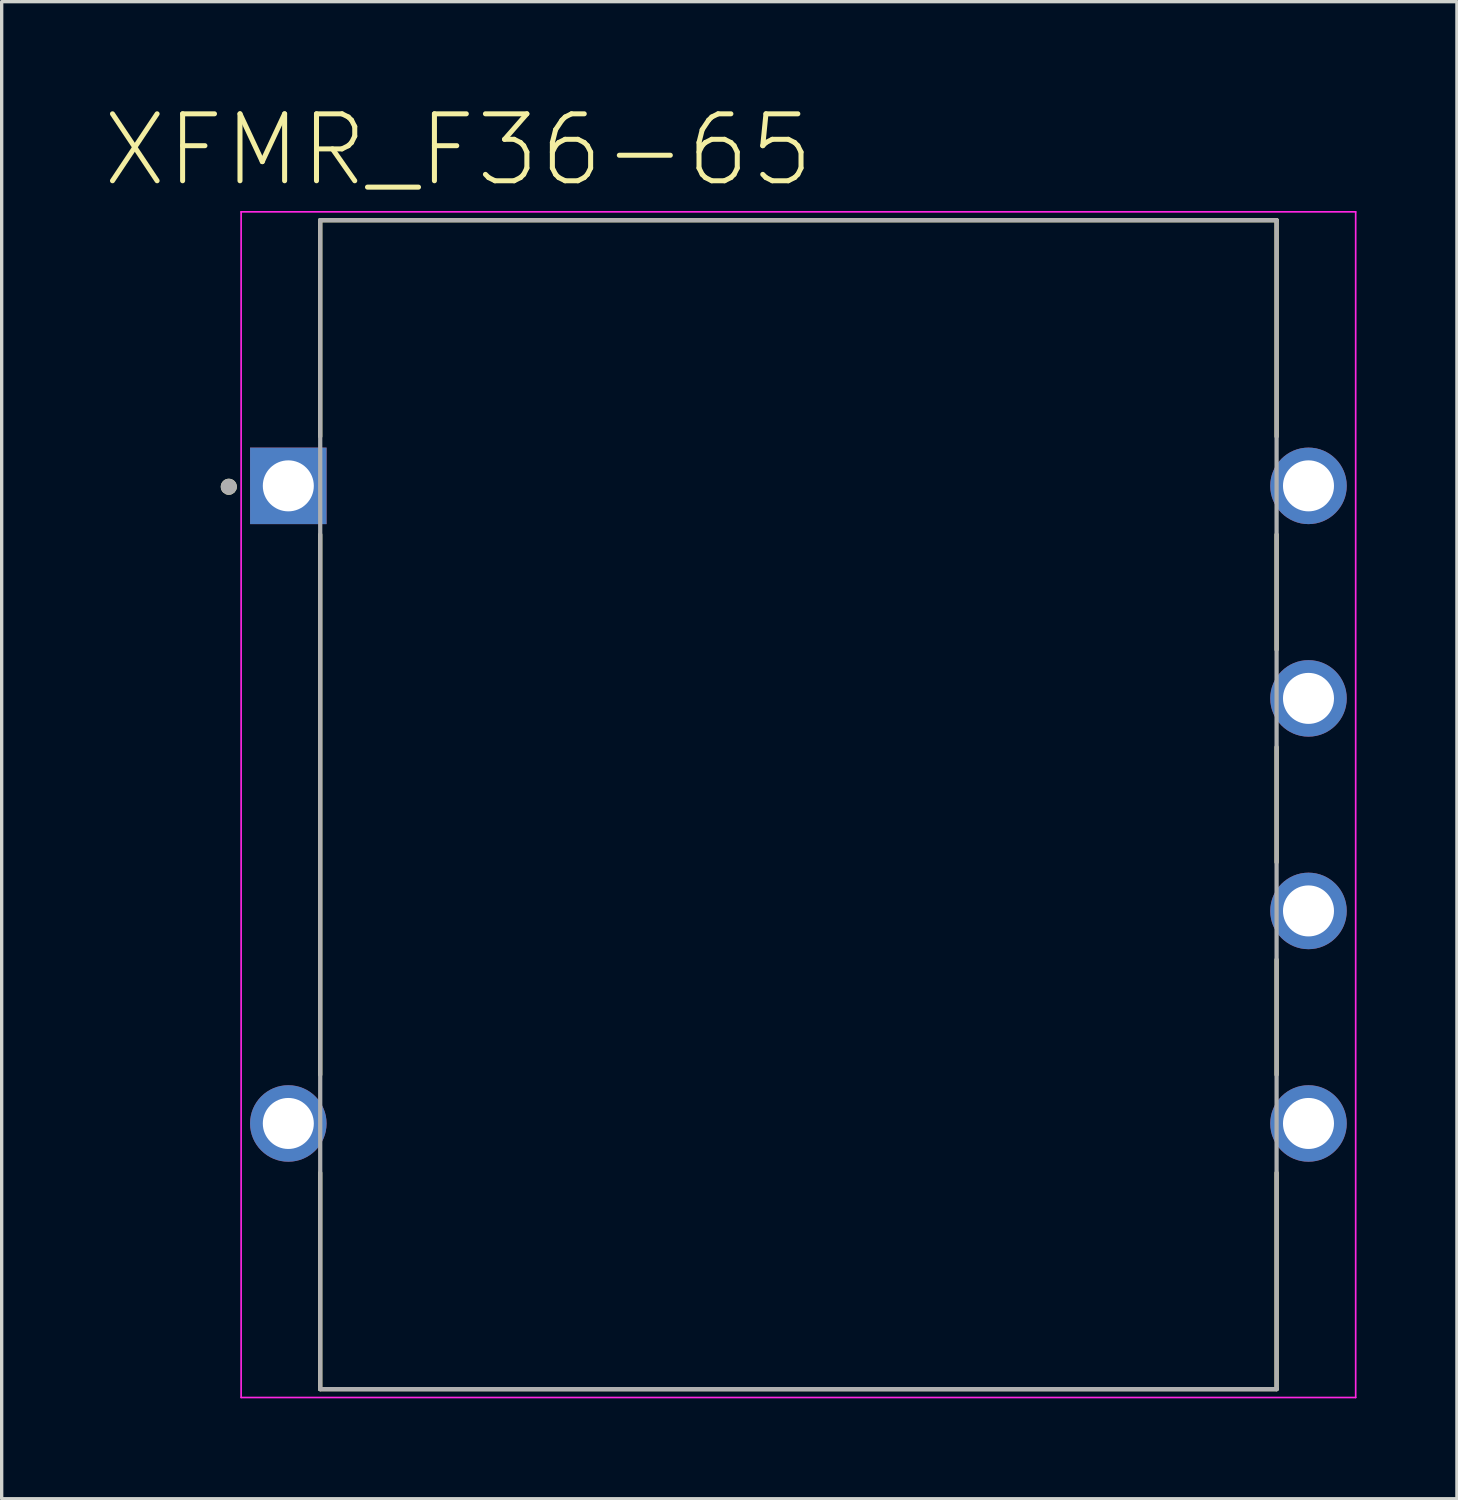
<source format=kicad_pcb>
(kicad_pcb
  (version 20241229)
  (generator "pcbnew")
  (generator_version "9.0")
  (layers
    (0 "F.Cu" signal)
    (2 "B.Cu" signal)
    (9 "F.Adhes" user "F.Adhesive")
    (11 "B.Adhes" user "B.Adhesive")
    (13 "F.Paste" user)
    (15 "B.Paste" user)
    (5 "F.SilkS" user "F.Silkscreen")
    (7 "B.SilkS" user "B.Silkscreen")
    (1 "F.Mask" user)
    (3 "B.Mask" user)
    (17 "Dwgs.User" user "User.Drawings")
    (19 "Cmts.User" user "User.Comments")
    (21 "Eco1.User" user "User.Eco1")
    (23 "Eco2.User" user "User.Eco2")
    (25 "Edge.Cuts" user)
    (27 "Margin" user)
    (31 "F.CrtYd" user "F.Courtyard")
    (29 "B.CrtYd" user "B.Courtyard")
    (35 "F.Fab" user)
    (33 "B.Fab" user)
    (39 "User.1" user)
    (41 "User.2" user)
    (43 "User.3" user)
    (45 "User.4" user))
  (footprint "XFMR_F36-65"
    (layer "F.Cu")
    (at 20.804 20.991)
    (property "Reference" "XFMR_F36-65" (at -10.16 -19.558 0) (layer "F.SilkS") (effects (font (size 2 2) (thickness 0.15))))
    (attr through_hole)
    (fp_line (start -14.287 -17.462) (end -14.287 -11) (stroke (width 0.127) (type solid)) (layer "F.SilkS"))
    (fp_line (start -14.287 -8.07) (end -14.287 8.07) (stroke (width 0.127) (type solid)) (layer "F.SilkS"))
    (fp_line (start -14.287 17.462) (end -14.287 11) (stroke (width 0.127) (type solid)) (layer "F.SilkS"))
    (fp_line (start 14.287 -17.462) (end -14.287 -17.462) (stroke (width 0.127) (type solid)) (layer "F.SilkS"))
    (fp_line (start 14.287 -11) (end 14.287 -17.462) (stroke (width 0.127) (type solid)) (layer "F.SilkS"))
    (fp_line (start 14.287 -8.07) (end 14.287 -4.63) (stroke (width 0.127) (type solid)) (layer "F.SilkS"))
    (fp_line (start 14.287 -1.72) (end 14.287 1.72) (stroke (width 0.127) (type solid)) (layer "F.SilkS"))
    (fp_line (start 14.287 4.63) (end 14.287 8.07) (stroke (width 0.127) (type solid)) (layer "F.SilkS"))
    (fp_line (start 14.287 11) (end 14.287 17.462) (stroke (width 0.127) (type solid)) (layer "F.SilkS"))
    (fp_line (start 14.287 17.462) (end -14.287 17.462) (stroke (width 0.127) (type solid)) (layer "F.SilkS"))
    (fp_circle (center -17.018 -9.498) (end -16.898 -9.498) (stroke (width 0.24) (type solid)) (fill no) (layer "F.SilkS"))
    (fp_line (start -16.65 -17.712) (end 16.65 -17.712) (stroke (width 0.05) (type solid)) (layer "F.CrtYd"))
    (fp_line (start -16.65 17.712) (end -16.65 -17.712) (stroke (width 0.05) (type solid)) (layer "F.CrtYd"))
    (fp_line (start 16.65 -17.712) (end 16.65 17.712) (stroke (width 0.05) (type solid)) (layer "F.CrtYd"))
    (fp_line (start 16.65 17.712) (end -16.65 17.712) (stroke (width 0.05) (type solid)) (layer "F.CrtYd"))
    (fp_line (start -14.287 -17.462) (end 14.287 -17.462) (stroke (width 0.127) (type solid)) (layer "F.Fab"))
    (fp_line (start -14.287 17.462) (end -14.287 -17.462) (stroke (width 0.127) (type solid)) (layer "F.Fab"))
    (fp_line (start 14.287 -17.462) (end 14.287 17.462) (stroke (width 0.127) (type solid)) (layer "F.Fab"))
    (fp_line (start 14.287 17.462) (end -14.287 17.462) (stroke (width 0.127) (type solid)) (layer "F.Fab"))
    (fp_circle (center -17.018 -9.498) (end -16.898 -9.498) (stroke (width 0.24) (type solid)) (fill no) (layer "F.Fab"))
    (pad "1" thru_hole rect (at -15.24 -9.525) (size 2.286 2.286) (drill 1.524) (layers "*.Cu" "*.Mask"))
    (pad "4" thru_hole circle (at -15.24 9.525) (size 2.286 2.286) (drill 1.524) (layers "*.Cu" "*.Mask"))
    (pad "5" thru_hole circle (at 15.24 -9.525) (size 2.286 2.286) (drill 1.524) (layers "*.Cu" "*.Mask"))
    (pad "6" thru_hole circle (at 15.24 -3.175) (size 2.286 2.286) (drill 1.524) (layers "*.Cu" "*.Mask"))
    (pad "7" thru_hole circle (at 15.24 3.175) (size 2.286 2.286) (drill 1.524) (layers "*.Cu" "*.Mask"))
    (pad "8" thru_hole circle (at 15.24 9.525) (size 2.286 2.286) (drill 1.524) (layers "*.Cu" "*.Mask")))
  (gr_rect
    (start -3 -3)
    (end 40.479 41.729)
    (stroke (width 0.1) (type default))
    (fill no)
    (layer "Edge.Cuts")))
</source>
